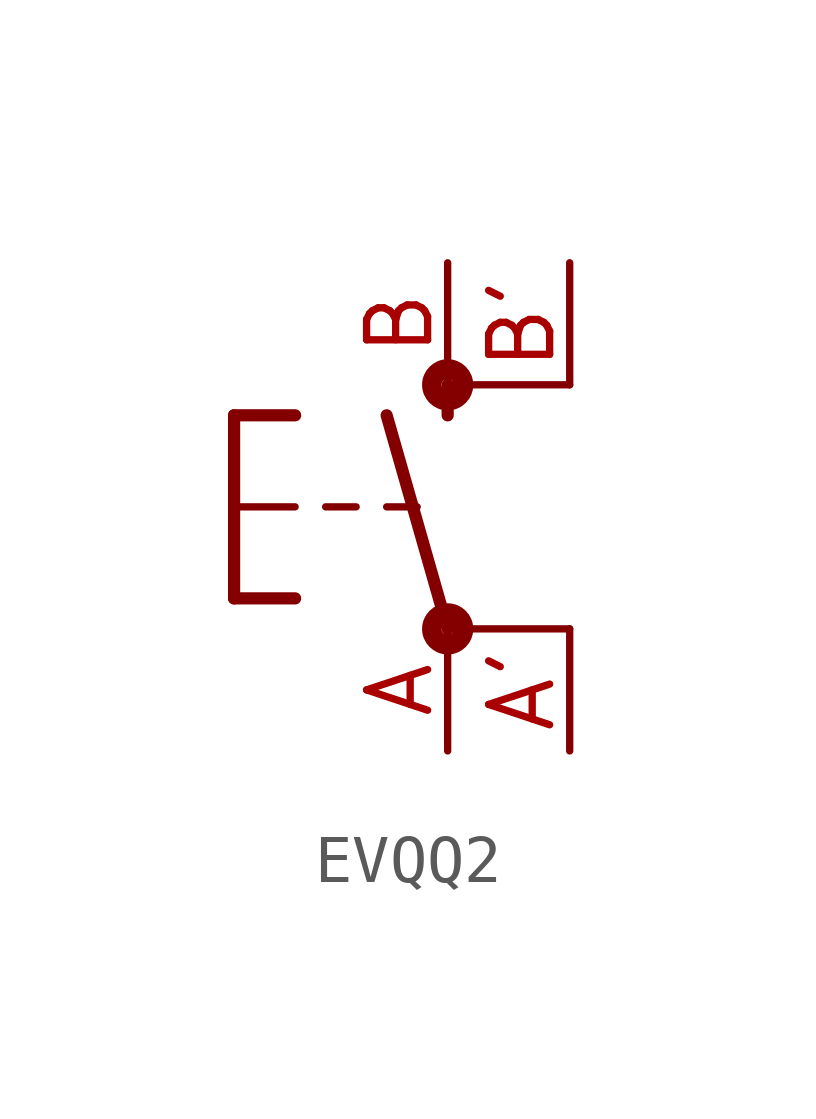
<source format=kicad_sym>
(kicad_symbol_lib
  (version 20220914)
  (generator kicad_symbol_editor)
  (symbol "EVQQ2"
    (property "Reference" ""
      (at -6.35 -2.54 90)
      (effects (font (size 1.778 1.511)) (justify left bottom) hide))
    (property "Value" ""
      (at -3.81 3.175 90)
      (effects (font (size 1.778 1.511)) (justify left bottom)))
    (property "ki_locked" ""
      (at 0 0 0)
      (effects (font (size 1.27 1.27))))
    (symbol "EVQQ2_1_0"
      (circle (center 0 -2.54) (radius 0.127) (stroke (width 0.406) (type solid)) (fill (type none)))
      (polyline (pts (xy -4.445 -1.905) (xy -3.175 -1.905)) (stroke (width 0.254) (type solid)) (fill (type none)))
      (polyline (pts (xy -4.445 0) (xy -4.445 -1.905)) (stroke (width 0.254) (type solid)) (fill (type none)))
      (polyline (pts (xy -4.445 0) (xy -3.175 0)) (stroke (width 0.152) (type solid)) (fill (type none)))
      (polyline (pts (xy -4.445 1.905) (xy -4.445 0)) (stroke (width 0.254) (type solid)) (fill (type none)))
      (polyline (pts (xy -4.445 1.905) (xy -3.175 1.905)) (stroke (width 0.254) (type solid)) (fill (type none)))
      (polyline (pts (xy -2.54 0) (xy -1.905 0)) (stroke (width 0.152) (type solid)) (fill (type none)))
      (polyline (pts (xy -1.27 0) (xy -0.635 0)) (stroke (width 0.152) (type solid)) (fill (type none)))
      (polyline (pts (xy 0 -2.54) (xy -1.27 1.905)) (stroke (width 0.254) (type solid)) (fill (type none)))
      (polyline (pts (xy 0 1.905) (xy 0 2.54)) (stroke (width 0.254) (type solid)) (fill (type none)))
      (polyline (pts (xy 2.54 -2.54) (xy 0 -2.54)) (stroke (width 0.152) (type solid)) (fill (type none)))
      (polyline (pts (xy 2.54 2.54) (xy 0 2.54)) (stroke (width 0.152) (type solid)) (fill (type none)))
      (circle (center 0 2.54) (radius 0.127) (stroke (width 0.406) (type solid)) (fill (type none)))
      (pin passive line (at 0 -5.08 90) (length 2.54) (name "P" (effects (font (size 0 0)))) (number "A" (effects (font (size 1.27 1.27)))))
      (pin passive line (at 2.54 -5.08 90) (length 2.54) (name "P1" (effects (font (size 0 0)))) (number "A'" (effects (font (size 1.27 1.27)))))
      (pin passive line (at 0 5.08 270) (length 2.54) (name "S" (effects (font (size 0 0)))) (number "B" (effects (font (size 1.27 1.27)))))
      (pin passive line (at 2.54 5.08 270) (length 2.54) (name "S1" (effects (font (size 0 0)))) (number "B'" (effects (font (size 1.27 1.27))))))))
</source>
